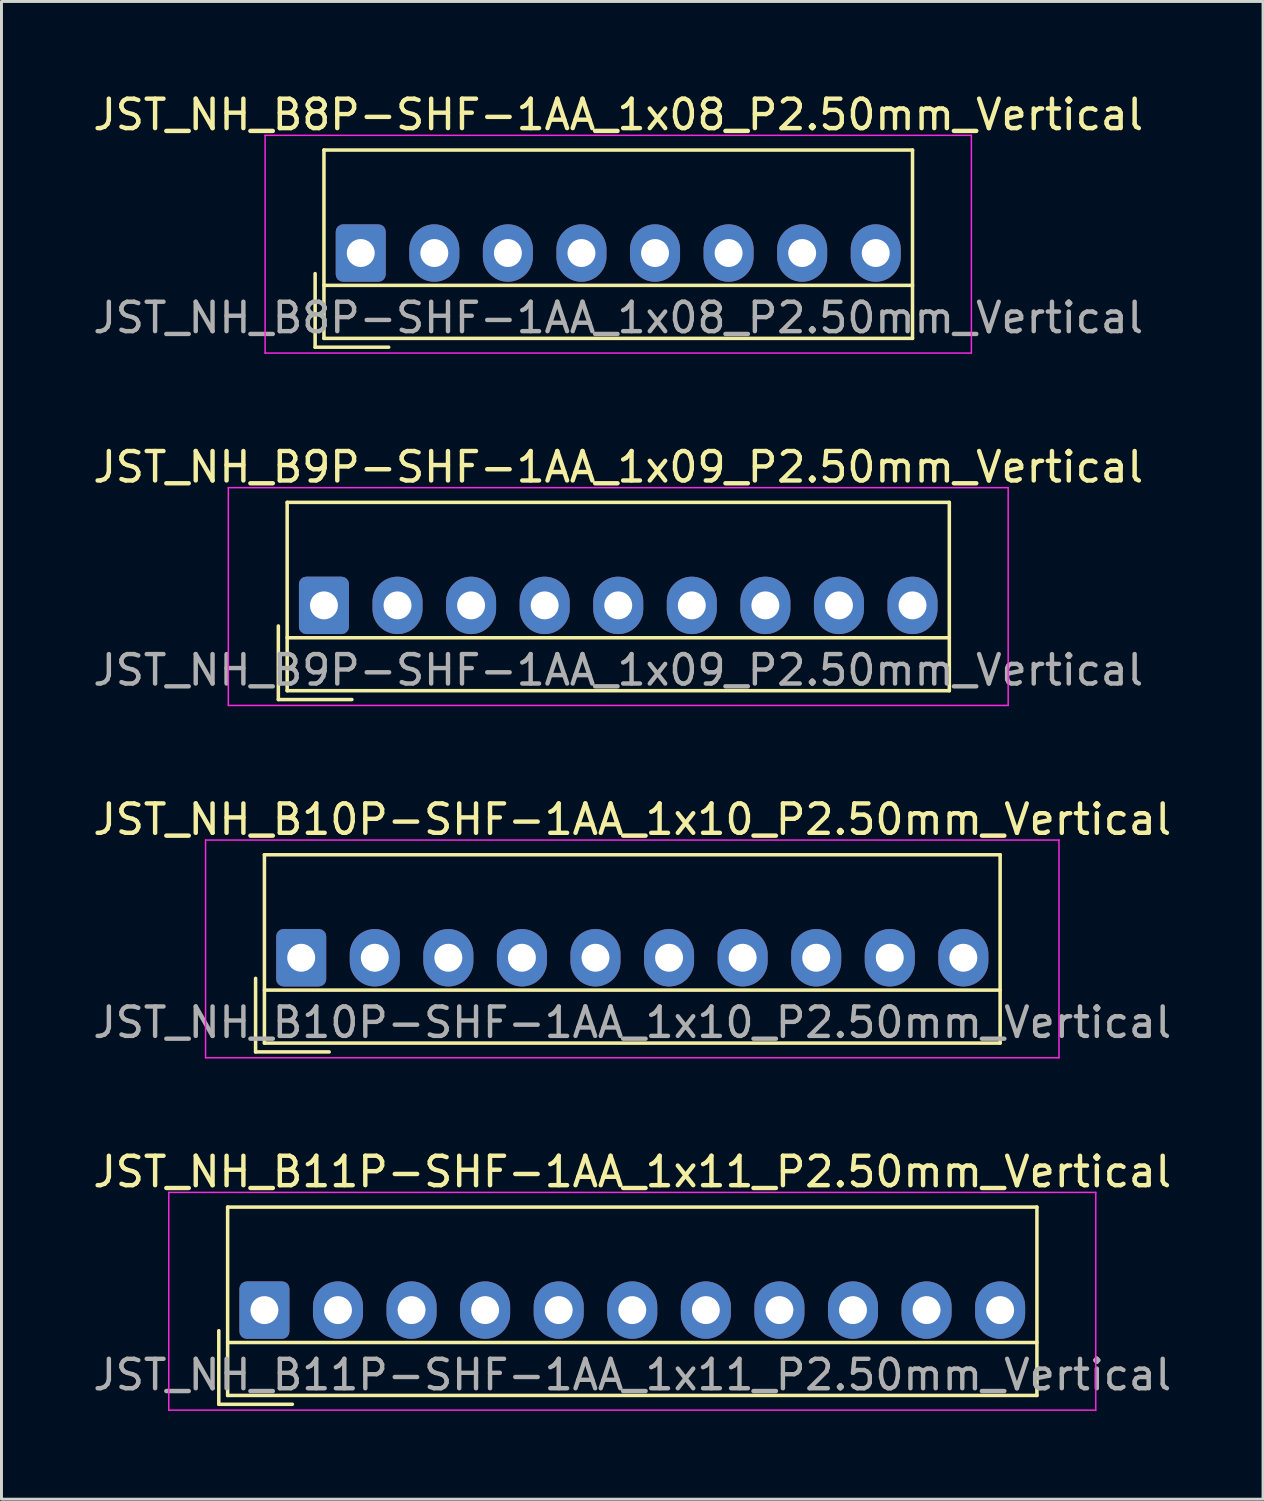
<source format=kicad_pcb>
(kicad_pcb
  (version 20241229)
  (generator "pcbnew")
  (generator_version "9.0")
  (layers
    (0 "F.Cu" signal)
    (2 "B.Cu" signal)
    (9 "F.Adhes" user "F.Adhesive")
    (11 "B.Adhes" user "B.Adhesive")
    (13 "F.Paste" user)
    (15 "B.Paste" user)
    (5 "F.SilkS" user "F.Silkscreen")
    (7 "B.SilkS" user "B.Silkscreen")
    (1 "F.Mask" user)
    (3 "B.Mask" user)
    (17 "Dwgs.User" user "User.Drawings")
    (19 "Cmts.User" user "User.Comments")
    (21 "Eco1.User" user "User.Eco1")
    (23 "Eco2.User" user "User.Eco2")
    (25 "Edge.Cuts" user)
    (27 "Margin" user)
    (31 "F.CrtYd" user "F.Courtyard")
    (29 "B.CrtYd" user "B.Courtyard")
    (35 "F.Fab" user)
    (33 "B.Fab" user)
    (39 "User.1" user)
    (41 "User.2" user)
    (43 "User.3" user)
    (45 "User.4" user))
  (footprint "JST_NH_B11P-SHF-1AA_1x11_P2.50mm_Vertical"
    (layer "F.Cu")
    (at 5.935 41.468)
    (property "Reference" "JST_NH_B11P-SHF-1AA_1x11_P2.50mm_Vertical" (at 12.5 -4.7 0) (layer "F.SilkS") (effects (font (size 1 1) (thickness 0.15))))
    (attr through_hole)
    (fp_line (start -1.55 0.7) (end -1.55 3.2) (stroke (width 0.12) (type solid)) (layer "F.SilkS"))
    (fp_line (start -1.55 3.2) (end 0.95 3.2) (stroke (width 0.12) (type solid)) (layer "F.SilkS"))
    (fp_line (start -1.25 -3.5) (end -1.25 2.9) (stroke (width 0.12) (type solid)) (layer "F.SilkS"))
    (fp_line (start -1.25 1.1) (end 26.25 1.1) (stroke (width 0.12) (type solid)) (layer "F.SilkS"))
    (fp_line (start -1.25 2.9) (end 26.25 2.9) (stroke (width 0.12) (type solid)) (layer "F.SilkS"))
    (fp_line (start 26.25 -3.5) (end -1.25 -3.5) (stroke (width 0.12) (type solid)) (layer "F.SilkS"))
    (fp_line (start 26.25 2.9) (end 26.25 -3.5) (stroke (width 0.12) (type solid)) (layer "F.SilkS"))
    (fp_line (start -3.25 -4) (end -3.25 3.4) (stroke (width 0.05) (type solid)) (layer "F.CrtYd"))
    (fp_line (start -3.25 3.4) (end 28.25 3.4) (stroke (width 0.05) (type solid)) (layer "F.CrtYd"))
    (fp_line (start 28.25 -4) (end -3.25 -4) (stroke (width 0.05) (type solid)) (layer "F.CrtYd"))
    (fp_line (start 28.25 3.4) (end 28.25 -4) (stroke (width 0.05) (type solid)) (layer "F.CrtYd"))
    (fp_text user "${REFERENCE}" (at 12.5 2.2 0) (layer "F.Fab") (effects (font (size 1 1) (thickness 0.15))))
    (pad "1" thru_hole roundrect (at 0 0) (size 1.7 1.95) (drill 0.95) (layers "*.Cu" "*.Mask") (roundrect_rratio 0.147))
    (pad "2" thru_hole oval (at 2.5 0) (size 1.7 1.95) (drill 0.95) (layers "*.Cu" "*.Mask"))
    (pad "3" thru_hole oval (at 5 0) (size 1.7 1.95) (drill 0.95) (layers "*.Cu" "*.Mask"))
    (pad "4" thru_hole oval (at 7.5 0) (size 1.7 1.95) (drill 0.95) (layers "*.Cu" "*.Mask"))
    (pad "5" thru_hole oval (at 10 0) (size 1.7 1.95) (drill 0.95) (layers "*.Cu" "*.Mask"))
    (pad "6" thru_hole oval (at 12.5 0) (size 1.7 1.95) (drill 0.95) (layers "*.Cu" "*.Mask"))
    (pad "7" thru_hole oval (at 15 0) (size 1.7 1.95) (drill 0.95) (layers "*.Cu" "*.Mask"))
    (pad "8" thru_hole oval (at 17.5 0) (size 1.7 1.95) (drill 0.95) (layers "*.Cu" "*.Mask"))
    (pad "9" thru_hole oval (at 20 0) (size 1.7 1.95) (drill 0.95) (layers "*.Cu" "*.Mask"))
    (pad "10" thru_hole oval (at 22.5 0) (size 1.7 1.95) (drill 0.95) (layers "*.Cu" "*.Mask"))
    (pad "11" thru_hole oval (at 25 0) (size 1.7 1.95) (drill 0.95) (layers "*.Cu" "*.Mask")))
  (footprint "JST_NH_B8P-SHF-1AA_1x08_P2.50mm_Vertical"
    (layer "F.Cu")
    (at 9.208 5.548)
    (property "Reference" "JST_NH_B8P-SHF-1AA_1x08_P2.50mm_Vertical" (at 8.75 -4.7 0) (layer "F.SilkS") (effects (font (size 1 1) (thickness 0.15))))
    (attr through_hole)
    (fp_line (start -1.55 0.7) (end -1.55 3.2) (stroke (width 0.12) (type solid)) (layer "F.SilkS"))
    (fp_line (start -1.55 3.2) (end 0.95 3.2) (stroke (width 0.12) (type solid)) (layer "F.SilkS"))
    (fp_line (start -1.25 -3.5) (end -1.25 2.9) (stroke (width 0.12) (type solid)) (layer "F.SilkS"))
    (fp_line (start -1.25 1.1) (end 18.75 1.1) (stroke (width 0.12) (type solid)) (layer "F.SilkS"))
    (fp_line (start -1.25 2.9) (end 18.75 2.9) (stroke (width 0.12) (type solid)) (layer "F.SilkS"))
    (fp_line (start 18.75 -3.5) (end -1.25 -3.5) (stroke (width 0.12) (type solid)) (layer "F.SilkS"))
    (fp_line (start 18.75 2.9) (end 18.75 -3.5) (stroke (width 0.12) (type solid)) (layer "F.SilkS"))
    (fp_line (start -3.25 -4) (end -3.25 3.4) (stroke (width 0.05) (type solid)) (layer "F.CrtYd"))
    (fp_line (start -3.25 3.4) (end 20.75 3.4) (stroke (width 0.05) (type solid)) (layer "F.CrtYd"))
    (fp_line (start 20.75 -4) (end -3.25 -4) (stroke (width 0.05) (type solid)) (layer "F.CrtYd"))
    (fp_line (start 20.75 3.4) (end 20.75 -4) (stroke (width 0.05) (type solid)) (layer "F.CrtYd"))
    (fp_text user "${REFERENCE}" (at 8.75 2.2 0) (layer "F.Fab") (effects (font (size 1 1) (thickness 0.15))))
    (pad "1" thru_hole roundrect (at 0 0) (size 1.7 1.95) (drill 0.95) (layers "*.Cu" "*.Mask") (roundrect_rratio 0.147))
    (pad "2" thru_hole oval (at 2.5 0) (size 1.7 1.95) (drill 0.95) (layers "*.Cu" "*.Mask"))
    (pad "3" thru_hole oval (at 5 0) (size 1.7 1.95) (drill 0.95) (layers "*.Cu" "*.Mask"))
    (pad "4" thru_hole oval (at 7.5 0) (size 1.7 1.95) (drill 0.95) (layers "*.Cu" "*.Mask"))
    (pad "5" thru_hole oval (at 10 0) (size 1.7 1.95) (drill 0.95) (layers "*.Cu" "*.Mask"))
    (pad "6" thru_hole oval (at 12.5 0) (size 1.7 1.95) (drill 0.95) (layers "*.Cu" "*.Mask"))
    (pad "7" thru_hole oval (at 15 0) (size 1.7 1.95) (drill 0.95) (layers "*.Cu" "*.Mask"))
    (pad "8" thru_hole oval (at 17.5 0) (size 1.7 1.95) (drill 0.95) (layers "*.Cu" "*.Mask")))
  (footprint "JST_NH_B10P-SHF-1AA_1x10_P2.50mm_Vertical"
    (layer "F.Cu")
    (at 7.185 29.495)
    (property "Reference" "JST_NH_B10P-SHF-1AA_1x10_P2.50mm_Vertical" (at 11.25 -4.7 0) (layer "F.SilkS") (effects (font (size 1 1) (thickness 0.15))))
    (attr through_hole)
    (fp_line (start -1.55 0.7) (end -1.55 3.2) (stroke (width 0.12) (type solid)) (layer "F.SilkS"))
    (fp_line (start -1.55 3.2) (end 0.95 3.2) (stroke (width 0.12) (type solid)) (layer "F.SilkS"))
    (fp_line (start -1.25 -3.5) (end -1.25 2.9) (stroke (width 0.12) (type solid)) (layer "F.SilkS"))
    (fp_line (start -1.25 1.1) (end 23.75 1.1) (stroke (width 0.12) (type solid)) (layer "F.SilkS"))
    (fp_line (start -1.25 2.9) (end 23.75 2.9) (stroke (width 0.12) (type solid)) (layer "F.SilkS"))
    (fp_line (start 23.75 -3.5) (end -1.25 -3.5) (stroke (width 0.12) (type solid)) (layer "F.SilkS"))
    (fp_line (start 23.75 2.9) (end 23.75 -3.5) (stroke (width 0.12) (type solid)) (layer "F.SilkS"))
    (fp_line (start -3.25 -4) (end -3.25 3.4) (stroke (width 0.05) (type solid)) (layer "F.CrtYd"))
    (fp_line (start -3.25 3.4) (end 25.75 3.4) (stroke (width 0.05) (type solid)) (layer "F.CrtYd"))
    (fp_line (start 25.75 -4) (end -3.25 -4) (stroke (width 0.05) (type solid)) (layer "F.CrtYd"))
    (fp_line (start 25.75 3.4) (end 25.75 -4) (stroke (width 0.05) (type solid)) (layer "F.CrtYd"))
    (fp_text user "${REFERENCE}" (at 11.25 2.2 0) (layer "F.Fab") (effects (font (size 1 1) (thickness 0.15))))
    (pad "1" thru_hole roundrect (at 0 0) (size 1.7 1.95) (drill 0.95) (layers "*.Cu" "*.Mask") (roundrect_rratio 0.147))
    (pad "2" thru_hole oval (at 2.5 0) (size 1.7 1.95) (drill 0.95) (layers "*.Cu" "*.Mask"))
    (pad "3" thru_hole oval (at 5 0) (size 1.7 1.95) (drill 0.95) (layers "*.Cu" "*.Mask"))
    (pad "4" thru_hole oval (at 7.5 0) (size 1.7 1.95) (drill 0.95) (layers "*.Cu" "*.Mask"))
    (pad "5" thru_hole oval (at 10 0) (size 1.7 1.95) (drill 0.95) (layers "*.Cu" "*.Mask"))
    (pad "6" thru_hole oval (at 12.5 0) (size 1.7 1.95) (drill 0.95) (layers "*.Cu" "*.Mask"))
    (pad "7" thru_hole oval (at 15 0) (size 1.7 1.95) (drill 0.95) (layers "*.Cu" "*.Mask"))
    (pad "8" thru_hole oval (at 17.5 0) (size 1.7 1.95) (drill 0.95) (layers "*.Cu" "*.Mask"))
    (pad "9" thru_hole oval (at 20 0) (size 1.7 1.95) (drill 0.95) (layers "*.Cu" "*.Mask"))
    (pad "10" thru_hole oval (at 22.5 0) (size 1.7 1.95) (drill 0.95) (layers "*.Cu" "*.Mask")))
  (footprint "JST_NH_B9P-SHF-1AA_1x09_P2.50mm_Vertical"
    (layer "F.Cu")
    (at 7.958 17.521)
    (property "Reference" "JST_NH_B9P-SHF-1AA_1x09_P2.50mm_Vertical" (at 10 -4.7 0) (layer "F.SilkS") (effects (font (size 1 1) (thickness 0.15))))
    (attr through_hole)
    (fp_line (start -1.55 0.7) (end -1.55 3.2) (stroke (width 0.12) (type solid)) (layer "F.SilkS"))
    (fp_line (start -1.55 3.2) (end 0.95 3.2) (stroke (width 0.12) (type solid)) (layer "F.SilkS"))
    (fp_line (start -1.25 -3.5) (end -1.25 2.9) (stroke (width 0.12) (type solid)) (layer "F.SilkS"))
    (fp_line (start -1.25 1.1) (end 21.25 1.1) (stroke (width 0.12) (type solid)) (layer "F.SilkS"))
    (fp_line (start -1.25 2.9) (end 21.25 2.9) (stroke (width 0.12) (type solid)) (layer "F.SilkS"))
    (fp_line (start 21.25 -3.5) (end -1.25 -3.5) (stroke (width 0.12) (type solid)) (layer "F.SilkS"))
    (fp_line (start 21.25 2.9) (end 21.25 -3.5) (stroke (width 0.12) (type solid)) (layer "F.SilkS"))
    (fp_line (start -3.25 -4) (end -3.25 3.4) (stroke (width 0.05) (type solid)) (layer "F.CrtYd"))
    (fp_line (start -3.25 3.4) (end 23.25 3.4) (stroke (width 0.05) (type solid)) (layer "F.CrtYd"))
    (fp_line (start 23.25 -4) (end -3.25 -4) (stroke (width 0.05) (type solid)) (layer "F.CrtYd"))
    (fp_line (start 23.25 3.4) (end 23.25 -4) (stroke (width 0.05) (type solid)) (layer "F.CrtYd"))
    (fp_text user "${REFERENCE}" (at 10 2.2 0) (layer "F.Fab") (effects (font (size 1 1) (thickness 0.15))))
    (pad "1" thru_hole roundrect (at 0 0) (size 1.7 1.95) (drill 0.95) (layers "*.Cu" "*.Mask") (roundrect_rratio 0.147))
    (pad "2" thru_hole oval (at 2.5 0) (size 1.7 1.95) (drill 0.95) (layers "*.Cu" "*.Mask"))
    (pad "3" thru_hole oval (at 5 0) (size 1.7 1.95) (drill 0.95) (layers "*.Cu" "*.Mask"))
    (pad "4" thru_hole oval (at 7.5 0) (size 1.7 1.95) (drill 0.95) (layers "*.Cu" "*.Mask"))
    (pad "5" thru_hole oval (at 10 0) (size 1.7 1.95) (drill 0.95) (layers "*.Cu" "*.Mask"))
    (pad "6" thru_hole oval (at 12.5 0) (size 1.7 1.95) (drill 0.95) (layers "*.Cu" "*.Mask"))
    (pad "7" thru_hole oval (at 15 0) (size 1.7 1.95) (drill 0.95) (layers "*.Cu" "*.Mask"))
    (pad "8" thru_hole oval (at 17.5 0) (size 1.7 1.95) (drill 0.95) (layers "*.Cu" "*.Mask"))
    (pad "9" thru_hole oval (at 20 0) (size 1.7 1.95) (drill 0.95) (layers "*.Cu" "*.Mask")))
  (gr_rect
    (start -3 -3)
    (end 39.869 47.893)
    (stroke (width 0.1) (type default))
    (fill no)
    (layer "Edge.Cuts")))
</source>
